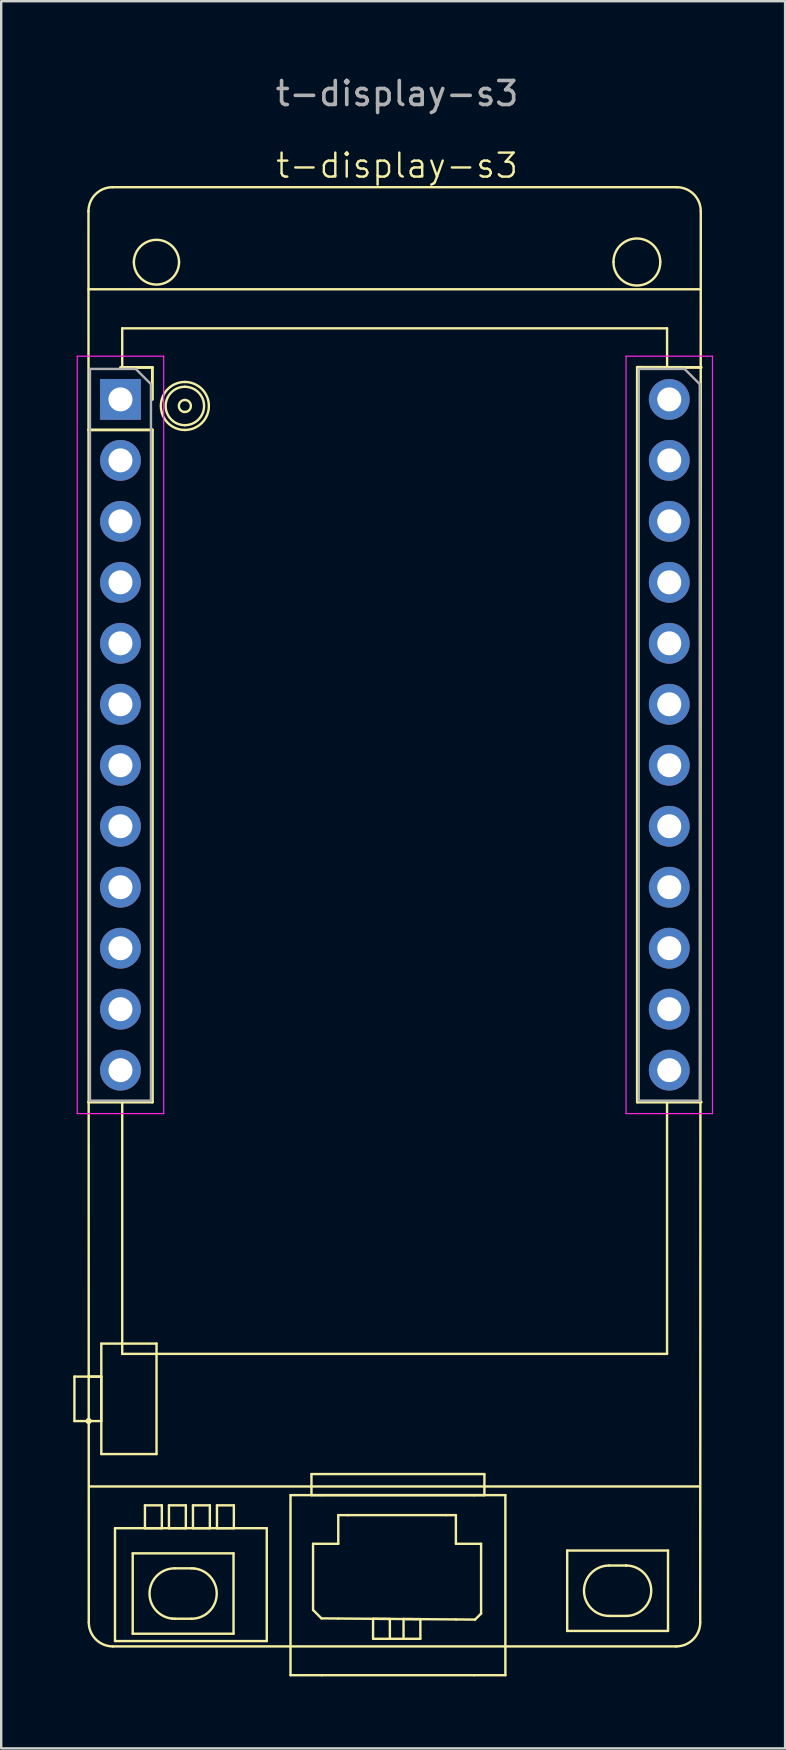
<source format=kicad_pcb>
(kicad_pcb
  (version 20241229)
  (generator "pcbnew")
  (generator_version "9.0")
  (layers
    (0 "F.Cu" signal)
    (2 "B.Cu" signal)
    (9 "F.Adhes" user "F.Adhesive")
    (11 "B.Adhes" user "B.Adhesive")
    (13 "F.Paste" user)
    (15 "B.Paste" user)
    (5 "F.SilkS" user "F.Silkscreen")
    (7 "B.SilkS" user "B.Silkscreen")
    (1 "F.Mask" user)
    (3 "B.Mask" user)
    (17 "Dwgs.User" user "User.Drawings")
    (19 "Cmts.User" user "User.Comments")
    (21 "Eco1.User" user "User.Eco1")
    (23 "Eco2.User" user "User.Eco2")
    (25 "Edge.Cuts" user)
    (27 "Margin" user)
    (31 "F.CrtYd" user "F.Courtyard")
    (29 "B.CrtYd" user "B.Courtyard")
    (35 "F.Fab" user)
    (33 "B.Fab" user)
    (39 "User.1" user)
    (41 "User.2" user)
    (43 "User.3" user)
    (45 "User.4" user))
  (footprint "t-display-s3"
    (layer "F.Cu")
    (at 13.388 34.248)
    (property "Reference" "t-display-s3" (at 0.1 -30.4 0) (unlocked yes) (layer "F.SilkS") (effects (font (size 1 1) (thickness 0.1))))
    (attr smd)
    (fp_line (start -13.338 20.045) (end -12.218 20.045) (stroke (width 0.1) (type default)) (layer "F.SilkS"))
    (fp_line (start -13.338 21.895) (end -13.338 20.045) (stroke (width 0.1) (type default)) (layer "F.SilkS"))
    (fp_line (start -12.75 -25.25) (end 12.75 -25.25) (stroke (width 0.1) (type default)) (layer "F.SilkS"))
    (fp_line (start -12.742 21.895) (end -12.75 21.895) (stroke (width 0.25) (type default)) (layer "F.SilkS"))
    (fp_line (start -12.74 30.282) (end -12.753 -28.505) (stroke (width 0.1) (type default)) (layer "F.SilkS"))
    (fp_line (start -12.218 20.045) (end -12.75 20.045) (stroke (width 0.1) (type default)) (layer "F.SilkS"))
    (fp_line (start -12.218 20.045) (end -12.218 21.895) (stroke (width 0.1) (type default)) (layer "F.SilkS"))
    (fp_line (start -12.218 21.895) (end -13.338 21.895) (stroke (width 0.1) (type default)) (layer "F.SilkS"))
    (fp_line (start -12.218 18.67) (end -12.218 23.27) (stroke (width 0.1) (type default)) (layer "F.SilkS"))
    (fp_line (start -12.218 18.67) (end -9.918 18.67) (stroke (width 0.1) (type default)) (layer "F.SilkS"))
    (fp_line (start -11.753 -29.5) (end 11.753 -29.5) (stroke (width 0.1) (type default)) (layer "F.SilkS"))
    (fp_line (start -11.648 26.36) (end -5.326 26.36) (stroke (width 0.1) (type default)) (layer "F.SilkS"))
    (fp_line (start -11.648 31.059) (end -11.648 26.36) (stroke (width 0.1) (type default)) (layer "F.SilkS"))
    (fp_line (start -11.347 -23.622) (end -11.347 -22) (stroke (width 0.1) (type solid)) (layer "F.SilkS"))
    (fp_line (start -11.347 -23.622) (end 11.348 -23.622) (stroke (width 0.1) (type default)) (layer "F.SilkS"))
    (fp_line (start -11.347 19.098) (end -11.347 8.609) (stroke (width 0.1) (type default)) (layer "F.SilkS"))
    (fp_line (start -10.91 27.405) (end -6.71 27.405) (stroke (width 0.1) (type default)) (layer "F.SilkS"))
    (fp_line (start -10.91 30.755) (end -10.91 27.405) (stroke (width 0.1) (type default)) (layer "F.SilkS"))
    (fp_line (start -10.4 25.405) (end -9.697 25.405) (stroke (width 0.1) (type default)) (layer "F.SilkS"))
    (fp_line (start -10.4 26.36) (end -10.4 25.405) (stroke (width 0.1) (type default)) (layer "F.SilkS"))
    (fp_line (start -10.09 -21.991) (end -11.42 -21.991) (stroke (width 0.12) (type solid)) (layer "F.SilkS"))
    (fp_line (start -10.09 -20.661) (end -10.09 -21.991) (stroke (width 0.12) (type solid)) (layer "F.SilkS"))
    (fp_line (start -10.09 -19.391) (end -12.75 -19.391) (stroke (width 0.12) (type solid)) (layer "F.SilkS"))
    (fp_line (start -10.09 -19.391) (end -10.09 8.609) (stroke (width 0.12) (type solid)) (layer "F.SilkS"))
    (fp_line (start -10.09 8.609) (end -12.75 8.609) (stroke (width 0.12) (type solid)) (layer "F.SilkS"))
    (fp_line (start -9.918 23.27) (end -12.218 23.27) (stroke (width 0.1) (type default)) (layer "F.SilkS"))
    (fp_line (start -9.918 18.67) (end -9.918 23.27) (stroke (width 0.1) (type default)) (layer "F.SilkS"))
    (fp_line (start -9.697 25.405) (end -9.697 26.36) (stroke (width 0.1) (type default)) (layer "F.SilkS"))
    (fp_line (start -9.697 26.36) (end -10.4 26.36) (stroke (width 0.1) (type default)) (layer "F.SilkS"))
    (fp_line (start -9.4 25.405) (end -8.697 25.405) (stroke (width 0.1) (type default)) (layer "F.SilkS"))
    (fp_line (start -9.4 26.36) (end -9.4 25.405) (stroke (width 0.1) (type default)) (layer "F.SilkS"))
    (fp_line (start -9.16 28.03) (end -8.46 28.03) (stroke (width 0.1) (type default)) (layer "F.SilkS"))
    (fp_line (start -8.697 25.405) (end -8.697 26.36) (stroke (width 0.1) (type default)) (layer "F.SilkS"))
    (fp_line (start -8.697 26.36) (end -9.4 26.36) (stroke (width 0.1) (type default)) (layer "F.SilkS"))
    (fp_line (start -8.46 30.13) (end -9.16 30.13) (stroke (width 0.1) (type default)) (layer "F.SilkS"))
    (fp_line (start -8.4 25.405) (end -7.697 25.405) (stroke (width 0.1) (type default)) (layer "F.SilkS"))
    (fp_line (start -8.4 26.36) (end -8.4 25.405) (stroke (width 0.1) (type default)) (layer "F.SilkS"))
    (fp_line (start -7.697 25.405) (end -7.697 26.36) (stroke (width 0.1) (type default)) (layer "F.SilkS"))
    (fp_line (start -7.697 26.36) (end -8.4 26.36) (stroke (width 0.1) (type default)) (layer "F.SilkS"))
    (fp_line (start -7.4 25.405) (end -6.697 25.405) (stroke (width 0.1) (type default)) (layer "F.SilkS"))
    (fp_line (start -7.4 26.36) (end -7.4 25.405) (stroke (width 0.1) (type default)) (layer "F.SilkS"))
    (fp_line (start -6.71 27.405) (end -6.71 30.755) (stroke (width 0.1) (type default)) (layer "F.SilkS"))
    (fp_line (start -6.71 30.755) (end -10.91 30.755) (stroke (width 0.1) (type default)) (layer "F.SilkS"))
    (fp_line (start -6.697 25.405) (end -6.697 26.36) (stroke (width 0.1) (type default)) (layer "F.SilkS"))
    (fp_line (start -6.697 26.36) (end -7.4 26.36) (stroke (width 0.1) (type default)) (layer "F.SilkS"))
    (fp_line (start -5.326 26.36) (end -5.326 31.059) (stroke (width 0.1) (type default)) (layer "F.SilkS"))
    (fp_line (start -5.326 31.059) (end -11.648 31.059) (stroke (width 0.1) (type default)) (layer "F.SilkS"))
    (fp_line (start -4.337 24.982) (end -3.037 24.982) (stroke (width 0.1) (type default)) (layer "F.SilkS"))
    (fp_line (start -4.337 32.482) (end -4.337 24.982) (stroke (width 0.1) (type default)) (layer "F.SilkS"))
    (fp_line (start -3.464 24.105) (end 3.739 24.105) (stroke (width 0.1) (type default)) (layer "F.SilkS"))
    (fp_line (start -3.464 24.982) (end -3.464 24.105) (stroke (width 0.1) (type default)) (layer "F.SilkS"))
    (fp_line (start -3.398 29.765) (end -3.398 27.008) (stroke (width 0.1) (type default)) (layer "F.SilkS"))
    (fp_line (start -3.398 27.008) (end -2.348 27.008) (stroke (width 0.1) (type default)) (layer "F.SilkS"))
    (fp_line (start -3.048 30.115) (end -3.398 29.765) (stroke (width 0.1) (type default)) (layer "F.SilkS"))
    (fp_line (start -3.037 24.982) (end 3.313 24.982) (stroke (width 0.1) (type default)) (layer "F.SilkS"))
    (fp_line (start -3.037 32.482) (end -4.337 32.482) (stroke (width 0.1) (type default)) (layer "F.SilkS"))
    (fp_line (start -2.348 25.815) (end -1.948 25.815) (stroke (width 0.1) (type default)) (layer "F.SilkS"))
    (fp_line (start -2.348 27.008) (end -2.348 25.815) (stroke (width 0.1) (type default)) (layer "F.SilkS"))
    (fp_line (start -2.348 30.121) (end -3.048 30.115) (stroke (width 0.1) (type default)) (layer "F.SilkS"))
    (fp_line (start -1.948 25.815) (end 2.152 25.815) (stroke (width 0.1) (type default)) (layer "F.SilkS"))
    (fp_line (start -0.898 30.132) (end -0.198 30.138) (stroke (width 0.1) (type default)) (layer "F.SilkS"))
    (fp_line (start -0.898 30.965) (end -0.898 30.132) (stroke (width 0.1) (type default)) (layer "F.SilkS"))
    (fp_line (start -0.198 30.138) (end -0.198 30.965) (stroke (width 0.1) (type default)) (layer "F.SilkS"))
    (fp_line (start -0.198 30.965) (end -0.898 30.965) (stroke (width 0.1) (type default)) (layer "F.SilkS"))
    (fp_line (start 0.372 30.142) (end 1.072 30.148) (stroke (width 0.1) (type default)) (layer "F.SilkS"))
    (fp_line (start 0.372 30.965) (end 0.372 30.142) (stroke (width 0.1) (type default)) (layer "F.SilkS"))
    (fp_line (start 1.072 30.148) (end 1.072 30.965) (stroke (width 0.1) (type default)) (layer "F.SilkS"))
    (fp_line (start 1.072 30.965) (end -0.198 30.965) (stroke (width 0.1) (type default)) (layer "F.SilkS"))
    (fp_line (start 2.152 25.815) (end 2.552 25.815) (stroke (width 0.1) (type default)) (layer "F.SilkS"))
    (fp_line (start 2.552 25.815) (end 2.552 27.008) (stroke (width 0.1) (type default)) (layer "F.SilkS"))
    (fp_line (start 2.552 27.008) (end 3.602 27.008) (stroke (width 0.1) (type default)) (layer "F.SilkS"))
    (fp_line (start 2.552 30.159) (end -2.348 30.121) (stroke (width 0.1) (type default)) (layer "F.SilkS"))
    (fp_line (start 3.313 24.982) (end 4.613 24.982) (stroke (width 0.1) (type default)) (layer "F.SilkS"))
    (fp_line (start 3.313 32.482) (end -3.037 32.482) (stroke (width 0.1) (type default)) (layer "F.SilkS"))
    (fp_line (start 3.352 30.165) (end 2.552 30.159) (stroke (width 0.1) (type default)) (layer "F.SilkS"))
    (fp_line (start 3.602 27.008) (end 3.602 29.915) (stroke (width 0.1) (type default)) (layer "F.SilkS"))
    (fp_line (start 3.602 29.915) (end 3.352 30.165) (stroke (width 0.1) (type default)) (layer "F.SilkS"))
    (fp_line (start 3.739 24.105) (end 3.739 24.982) (stroke (width 0.1) (type default)) (layer "F.SilkS"))
    (fp_line (start 3.739 24.982) (end -3.464 24.982) (stroke (width 0.1) (type default)) (layer "F.SilkS"))
    (fp_line (start 4.613 24.982) (end 4.613 32.482) (stroke (width 0.1) (type default)) (layer "F.SilkS"))
    (fp_line (start 4.613 32.482) (end 3.313 32.482) (stroke (width 0.1) (type default)) (layer "F.SilkS"))
    (fp_line (start 7.188 27.288) (end 11.388 27.288) (stroke (width 0.1) (type default)) (layer "F.SilkS"))
    (fp_line (start 7.188 30.638) (end 7.188 27.288) (stroke (width 0.1) (type default)) (layer "F.SilkS"))
    (fp_line (start 8.938 27.913) (end 9.638 27.913) (stroke (width 0.1) (type default)) (layer "F.SilkS"))
    (fp_line (start 9.638 27.913) (end 9.638 27.913) (stroke (width 0.1) (type default)) (layer "F.SilkS"))
    (fp_line (start 9.638 30.013) (end 8.938 30.013) (stroke (width 0.1) (type default)) (layer "F.SilkS"))
    (fp_line (start 10.11 -22) (end 10.11 8.609) (stroke (width 0.12) (type solid)) (layer "F.SilkS"))
    (fp_line (start 11.348 -23.622) (end 11.35 -22) (stroke (width 0.1) (type default)) (layer "F.SilkS"))
    (fp_line (start 11.348 8.609) (end 11.348 19.098) (stroke (width 0.1) (type default)) (layer "F.SilkS"))
    (fp_line (start 11.348 19.098) (end -11.347 19.098) (stroke (width 0.1) (type default)) (layer "F.SilkS"))
    (fp_line (start 11.388 27.288) (end 11.388 30.638) (stroke (width 0.1) (type default)) (layer "F.SilkS"))
    (fp_line (start 11.388 30.638) (end 7.188 30.638) (stroke (width 0.1) (type default)) (layer "F.SilkS"))
    (fp_line (start 11.729 31.282) (end -11.74 31.282) (stroke (width 0.1) (type default)) (layer "F.SilkS"))
    (fp_line (start 12.7 24.62) (end -12.7 24.62) (stroke (width 0.1) (type default)) (layer "F.SilkS"))
    (fp_line (start 12.753 -28.5) (end 12.729 30.283) (stroke (width 0.1) (type default)) (layer "F.SilkS"))
    (fp_line (start 12.77 -21.991) (end 10.11 -22) (stroke (width 0.12) (type solid)) (layer "F.SilkS"))
    (fp_line (start 12.77 8.609) (end 10.11 8.609) (stroke (width 0.12) (type solid)) (layer "F.SilkS"))
    (fp_arc (start -12.752596 -28.494485) (mid -12.461662 -29.205152) (end -11.752604 -29.5) (stroke (width 0.1) (type default)) (layer "F.SilkS"))
    (fp_arc (start -11.739854 31.282208) (mid -12.446876 30.989375) (end -12.739874 30.282404) (stroke (width 0.1) (type default)) (layer "F.SilkS"))
    (fp_arc (start -10.861698 -26.375803) (mid -9.920524 -27.316977) (end -8.97935 -26.375803) (stroke (width 0.1) (type default)) (layer "F.SilkS"))
    (fp_arc (start -9.263559 30.125034) (mid -10.208234 29.028118) (end -9.159524 28.0302) (stroke (width 0.1) (type default)) (layer "F.SilkS"))
    (fp_arc (start -9.159504 30.1302) (mid -9.211596 30.128908) (end -9.263559 30.125034) (stroke (width 0.1) (type default)) (layer "F.SilkS"))
    (fp_arc (start -8.97935 -26.375803) (mid -9.920524 -25.434629) (end -10.861698 -26.375803) (stroke (width 0.1) (type default)) (layer "F.SilkS"))
    (fp_arc (start -8.737405 -21.387438) (mid -7.737398 -20.38744) (end -8.737405 -19.387438) (stroke (width 0.1) (type default)) (layer "F.SilkS"))
    (fp_arc (start -8.737405 -21.187438) (mid -7.937398 -20.38744) (end -8.737405 -19.587438) (stroke (width 0.1) (type default)) (layer "F.SilkS"))
    (fp_arc (start -8.737405 -20.637438) (mid -8.487398 -20.38744) (end -8.737405 -20.137438) (stroke (width 0.1) (type default)) (layer "F.SilkS"))
    (fp_arc (start -8.737405 -20.137438) (mid -8.987398 -20.38744) (end -8.737405 -20.637438) (stroke (width 0.1) (type default)) (layer "F.SilkS"))
    (fp_arc (start -8.737405 -19.587438) (mid -9.537398 -20.38744) (end -8.737405 -21.187438) (stroke (width 0.1) (type default)) (layer "F.SilkS"))
    (fp_arc (start -8.737405 -19.387438) (mid -9.737398 -20.38744) (end -8.737405 -21.387438) (stroke (width 0.1) (type default)) (layer "F.SilkS"))
    (fp_arc (start -8.459604 28.0302) (mid -8.407485 28.031493) (end -8.355495 28.035367) (stroke (width 0.1) (type default)) (layer "F.SilkS"))
    (fp_arc (start -8.355495 28.035367) (mid -7.410819 29.132279) (end -8.459524 30.1302) (stroke (width 0.1) (type default)) (layer "F.SilkS"))
    (fp_arc (start 8.938476 30.012999) (mid 7.888475 28.962999) (end 8.938476 27.912999) (stroke (width 0.1) (type default)) (layer "F.SilkS"))
    (fp_arc (start 9.115983 -26.379402) (mid 10.090833 -27.354253) (end 11.065682 -26.379402) (stroke (width 0.1) (type default)) (layer "F.SilkS"))
    (fp_arc (start 9.638474 27.912998) (mid 10.688476 28.962999) (end 9.638474 30.012999) (stroke (width 0.1) (type default)) (layer "F.SilkS"))
    (fp_arc (start 11.065682 -26.379402) (mid 10.090833 -25.404554) (end 9.115983 -26.379402) (stroke (width 0.1) (type default)) (layer "F.SilkS"))
    (fp_arc (start 11.752604 -29.5) (mid 12.459853 -29.206965) (end 12.752605 -28.499598) (stroke (width 0.1) (type default)) (layer "F.SilkS"))
    (fp_arc (start 12.729025 30.28261) (mid 12.43599 30.989457) (end 11.729026 31.282208) (stroke (width 0.1) (type default)) (layer "F.SilkS"))
    (fp_line (start -13.22 -22.461) (end -9.62 -22.461) (stroke (width 0.05) (type solid)) (layer "F.CrtYd"))
    (fp_line (start -13.22 9.089) (end -13.22 -22.461) (stroke (width 0.05) (type solid)) (layer "F.CrtYd"))
    (fp_line (start -9.62 -22.461) (end -9.62 9.089) (stroke (width 0.05) (type solid)) (layer "F.CrtYd"))
    (fp_line (start -9.62 9.089) (end -13.22 9.089) (stroke (width 0.05) (type solid)) (layer "F.CrtYd"))
    (fp_line (start 9.64 -22.461) (end 13.24 -22.461) (stroke (width 0.05) (type solid)) (layer "F.CrtYd"))
    (fp_line (start 9.64 9.089) (end 9.64 -22.461) (stroke (width 0.05) (type solid)) (layer "F.CrtYd"))
    (fp_line (start 13.24 -22.461) (end 13.24 9.089) (stroke (width 0.05) (type solid)) (layer "F.CrtYd"))
    (fp_line (start 13.24 9.089) (end 9.64 9.089) (stroke (width 0.05) (type solid)) (layer "F.CrtYd"))
    (fp_line (start -12.69 -21.931) (end -12.69 8.549) (stroke (width 0.1) (type solid)) (layer "F.Fab"))
    (fp_line (start -12.69 8.549) (end -10.15 8.549) (stroke (width 0.1) (type solid)) (layer "F.Fab"))
    (fp_line (start -10.785 -21.931) (end -12.69 -21.931) (stroke (width 0.1) (type solid)) (layer "F.Fab"))
    (fp_line (start -10.15 -21.296) (end -10.785 -21.931) (stroke (width 0.1) (type solid)) (layer "F.Fab"))
    (fp_line (start -10.15 8.549) (end -10.15 -21.296) (stroke (width 0.1) (type solid)) (layer "F.Fab"))
    (fp_line (start 10.17 -21.931) (end 10.17 8.549) (stroke (width 0.1) (type solid)) (layer "F.Fab"))
    (fp_line (start 10.17 8.549) (end 12.71 8.549) (stroke (width 0.1) (type solid)) (layer "F.Fab"))
    (fp_line (start 12.075 -21.931) (end 10.17 -21.931) (stroke (width 0.1) (type solid)) (layer "F.Fab"))
    (fp_line (start 12.71 -21.296) (end 12.075 -21.931) (stroke (width 0.1) (type solid)) (layer "F.Fab"))
    (fp_line (start 12.71 8.549) (end 12.71 -21.296) (stroke (width 0.1) (type solid)) (layer "F.Fab"))
    (fp_text user "${REFERENCE}" (at 0.1 -33.4 0) (unlocked yes) (layer "F.Fab") (effects (font (size 1 1) (thickness 0.15))))
    (pad "1" thru_hole rect (at -11.42 -20.661) (size 1.7 1.7) (drill 1) (layers "*.Cu" "*.Mask"))
    (pad "2" thru_hole oval (at -11.42 -18.121) (size 1.7 1.7) (drill 1) (layers "*.Cu" "*.Mask"))
    (pad "3" thru_hole oval (at -11.42 -15.581) (size 1.7 1.7) (drill 1) (layers "*.Cu" "*.Mask"))
    (pad "4" thru_hole oval (at -11.42 -13.041) (size 1.7 1.7) (drill 1) (layers "*.Cu" "*.Mask"))
    (pad "5" thru_hole oval (at -11.42 -10.501) (size 1.7 1.7) (drill 1) (layers "*.Cu" "*.Mask"))
    (pad "6" thru_hole oval (at -11.42 -7.961) (size 1.7 1.7) (drill 1) (layers "*.Cu" "*.Mask"))
    (pad "7" thru_hole oval (at -11.42 -5.421) (size 1.7 1.7) (drill 1) (layers "*.Cu" "*.Mask"))
    (pad "8" thru_hole oval (at -11.42 -2.881) (size 1.7 1.7) (drill 1) (layers "*.Cu" "*.Mask"))
    (pad "9" thru_hole oval (at -11.42 -0.341) (size 1.7 1.7) (drill 1) (layers "*.Cu" "*.Mask"))
    (pad "10" thru_hole oval (at -11.42 2.199) (size 1.7 1.7) (drill 1) (layers "*.Cu" "*.Mask"))
    (pad "11" thru_hole oval (at -11.42 4.739) (size 1.7 1.7) (drill 1) (layers "*.Cu" "*.Mask"))
    (pad "12" thru_hole oval (at -11.42 7.279) (size 1.7 1.7) (drill 1) (layers "*.Cu" "*.Mask"))
    (pad "13" thru_hole oval (at 11.44 7.279) (size 1.7 1.7) (drill 1) (layers "*.Cu" "*.Mask"))
    (pad "14" thru_hole oval (at 11.44 4.739) (size 1.7 1.7) (drill 1) (layers "*.Cu" "*.Mask"))
    (pad "15" thru_hole oval (at 11.44 2.199) (size 1.7 1.7) (drill 1) (layers "*.Cu" "*.Mask"))
    (pad "16" thru_hole oval (at 11.44 -0.341) (size 1.7 1.7) (drill 1) (layers "*.Cu" "*.Mask"))
    (pad "17" thru_hole oval (at 11.44 -2.881) (size 1.7 1.7) (drill 1) (layers "*.Cu" "*.Mask"))
    (pad "18" thru_hole oval (at 11.44 -5.421) (size 1.7 1.7) (drill 1) (layers "*.Cu" "*.Mask"))
    (pad "19" thru_hole oval (at 11.44 -7.961) (size 1.7 1.7) (drill 1) (layers "*.Cu" "*.Mask"))
    (pad "20" thru_hole oval (at 11.44 -10.501) (size 1.7 1.7) (drill 1) (layers "*.Cu" "*.Mask"))
    (pad "21" thru_hole oval (at 11.44 -13.041) (size 1.7 1.7) (drill 1) (layers "*.Cu" "*.Mask"))
    (pad "22" thru_hole oval (at 11.44 -15.581) (size 1.7 1.7) (drill 1) (layers "*.Cu" "*.Mask"))
    (pad "23" thru_hole oval (at 11.44 -18.121) (size 1.7 1.7) (drill 1) (layers "*.Cu" "*.Mask"))
    (pad "24" thru_hole circle (at 11.44 -20.661) (size 1.7 1.7) (drill 1) (layers "*.Cu" "*.Mask")))
  (gr_rect
    (start -3 -3)
    (end 29.653 69.78)
    (stroke (width 0.1) (type default))
    (fill no)
    (layer "Edge.Cuts")))
</source>
